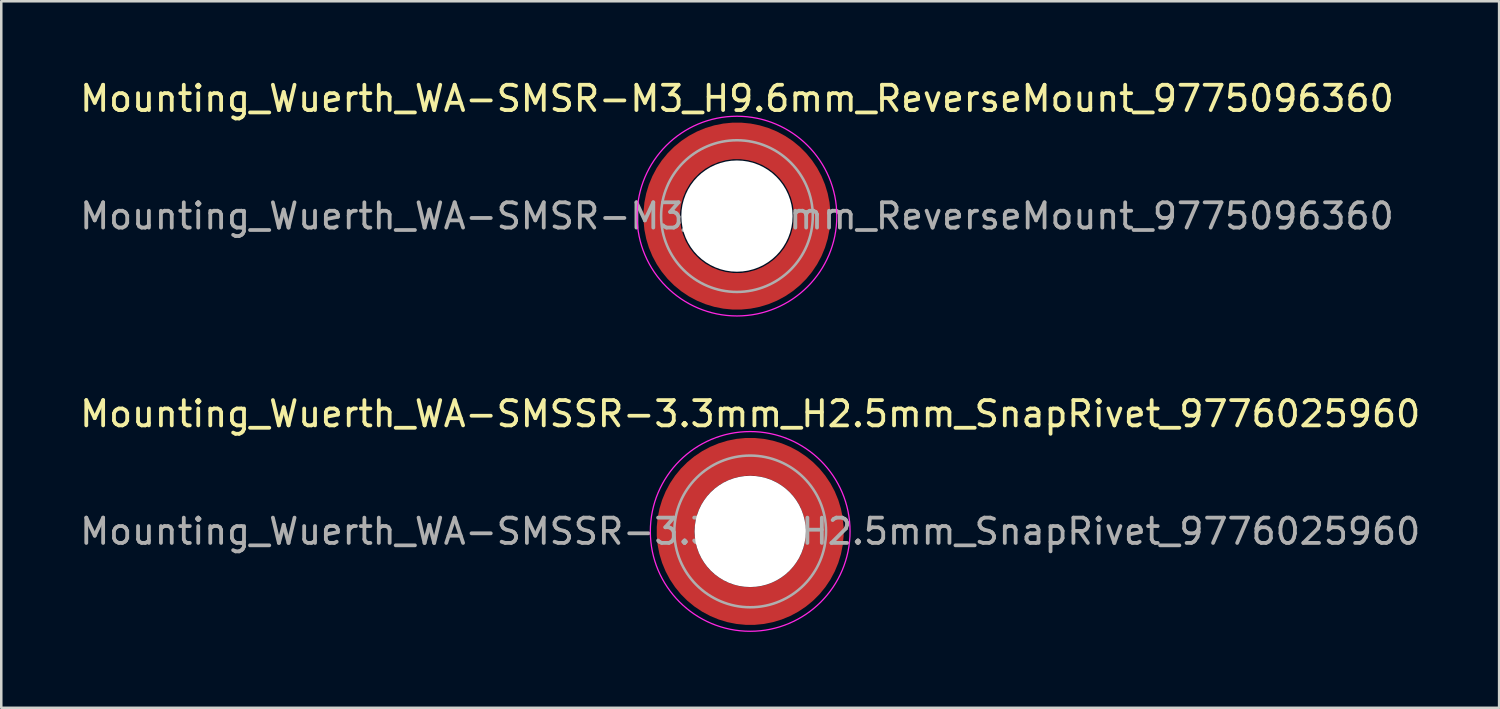
<source format=kicad_pcb>
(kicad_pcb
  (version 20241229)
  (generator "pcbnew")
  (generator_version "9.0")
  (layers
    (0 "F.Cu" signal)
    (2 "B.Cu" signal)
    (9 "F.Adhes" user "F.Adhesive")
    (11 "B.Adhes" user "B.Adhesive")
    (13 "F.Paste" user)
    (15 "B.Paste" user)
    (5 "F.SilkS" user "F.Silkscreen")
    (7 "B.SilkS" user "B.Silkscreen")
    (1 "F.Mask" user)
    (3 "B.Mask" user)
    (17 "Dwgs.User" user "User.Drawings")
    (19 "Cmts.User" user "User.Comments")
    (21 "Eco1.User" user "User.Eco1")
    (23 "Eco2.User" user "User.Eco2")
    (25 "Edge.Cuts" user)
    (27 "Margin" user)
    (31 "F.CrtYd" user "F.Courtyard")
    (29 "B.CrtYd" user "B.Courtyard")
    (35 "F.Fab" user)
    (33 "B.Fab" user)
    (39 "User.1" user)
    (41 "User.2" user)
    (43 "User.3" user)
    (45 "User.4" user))
  (footprint "Mounting_Wuerth_WA-SMSR-M3_H9.6mm_ReverseMount_9775096360"
    (layer "F.Cu")
    (at 26.101 5.498)
    (property "Reference" "Mounting_Wuerth_WA-SMSR-M3_H9.6mm_ReverseMount_9775096360" (at 0 -4.65 0) (layer "F.SilkS") (effects (font (size 1 1) (thickness 0.15))))
    (attr smd)
    (fp_circle (center 0 0) (end 3.95 0) (stroke (width 0.05) (type solid)) (fill no) (layer "F.CrtYd"))
    (fp_circle (center 0 0) (end 3 0) (stroke (width 0.1) (type solid)) (fill no) (layer "F.Fab"))
    (fp_text user "${REFERENCE}" (at 0 0 0) (layer "F.Fab") (effects (font (size 1 1) (thickness 0.15))))
    (pad "" smd custom (at -2.095 -2.095) (size 0.945 0.945) (layers "F.Paste") (options (anchor circle)) (primitives (gr_arc (start -0.24231 1.594804) (mid 0.404819 0.404819) (end 1.594804 -0.24231) (width 0.2)) (gr_arc (start -0.3398 1.594804) (mid 0.337349 0.337349) (end 1.594804 -0.3398) (width 0.2)) (gr_arc (start -0.437132 1.594804) (mid 0.269879 0.269879) (end 1.594804 -0.437132) (width 0.2)) (gr_arc (start -0.534324 1.594804) (mid 0.202409 0.202409) (end 1.594804 -0.534324) (width 0.2)) (gr_arc (start -0.631391 1.594804) (mid 0.134939 0.134939) (end 1.594804 -0.631391) (width 0.2)) (gr_arc (start -0.728345 1.594804) (mid 0.06747 0.06747) (end 1.594804 -0.728345) (width 0.2)) (gr_arc (start -0.825197 1.594804) (mid 0 0) (end 1.594804 -0.825197) (width 0.2)) (gr_arc (start -0.921958 1.594804) (mid -0.067469 -0.067469) (end 1.594804 -0.921958) (width 0.2)) (gr_arc (start -1.018637 1.594804) (mid -0.13494 -0.13494) (end 1.594804 -1.018637) (width 0.2)) (gr_arc (start -1.115239 1.594804) (mid -0.202409 -0.202409) (end 1.594804 -1.115239) (width 0.2)) (gr_arc (start -1.211773 1.594804) (mid -0.269879 -0.269879) (end 1.594804 -1.211773) (width 0.2)) (gr_arc (start -1.308244 1.594804) (mid -0.337349 -0.337349) (end 1.594804 -1.308244) (width 0.2)) (gr_arc (start -1.404657 1.594804) (mid -0.404819 -0.404819) (end 1.594804 -1.404657) (width 0.2)) (gr_arc (start -1.404657 1.594804) (mid -0.404819 -0.404819) (end 1.594804 -1.404657) (width 0.2)) (gr_line (start 1.595 -0.242) (end 1.595 -1.405) (width 0.2)) (gr_line (start -0.242 1.595) (end -1.405 1.595) (width 0.2))))
    (pad "" smd custom (at -2.095 2.095) (size 0.945 0.945) (layers "F.Paste") (options (anchor circle)) (primitives (gr_arc (start 1.594804 0.24231) (mid 0.404819 -0.404819) (end -0.24231 -1.594804) (width 0.2)) (gr_arc (start 1.594804 0.3398) (mid 0.337349 -0.337349) (end -0.3398 -1.594804) (width 0.2)) (gr_arc (start 1.594804 0.437132) (mid 0.269879 -0.269879) (end -0.437132 -1.594804) (width 0.2)) (gr_arc (start 1.594804 0.534324) (mid 0.202409 -0.202409) (end -0.534324 -1.594804) (width 0.2)) (gr_arc (start 1.594804 0.631391) (mid 0.134939 -0.134939) (end -0.631391 -1.594804) (width 0.2)) (gr_arc (start 1.594804 0.728345) (mid 0.06747 -0.06747) (end -0.728345 -1.594804) (width 0.2)) (gr_arc (start 1.594804 0.825197) (mid 0 0) (end -0.825197 -1.594804) (width 0.2)) (gr_arc (start 1.594804 0.921958) (mid -0.067469 0.067469) (end -0.921958 -1.594804) (width 0.2)) (gr_arc (start 1.594804 1.018637) (mid -0.13494 0.13494) (end -1.018637 -1.594804) (width 0.2)) (gr_arc (start 1.594804 1.115239) (mid -0.202409 0.202409) (end -1.115239 -1.594804) (width 0.2)) (gr_arc (start 1.594804 1.211773) (mid -0.269879 0.269879) (end -1.211773 -1.594804) (width 0.2)) (gr_arc (start 1.594804 1.308244) (mid -0.337349 0.337349) (end -1.308244 -1.594804) (width 0.2)) (gr_arc (start 1.594804 1.404657) (mid -0.404819 0.404819) (end -1.404657 -1.594804) (width 0.2)) (gr_arc (start 1.594804 1.404657) (mid -0.404819 0.404819) (end -1.404657 -1.594804) (width 0.2)) (gr_line (start -0.242 -1.595) (end -1.405 -1.595) (width 0.2)) (gr_line (start 1.595 0.242) (end 1.595 1.405) (width 0.2))))
    (pad "" np_thru_hole circle (at 0 0) (size 4.4 4.4) (drill 4.4) (layers "*.Cu" "*.Mask"))
    (pad "" smd custom (at 2.095 -2.095) (size 0.945 0.945) (layers "F.Paste") (options (anchor circle)) (primitives (gr_arc (start -1.594804 -0.24231) (mid -0.404819 0.404819) (end 0.24231 1.594804) (width 0.2)) (gr_arc (start -1.594804 -0.3398) (mid -0.337349 0.337349) (end 0.3398 1.594804) (width 0.2)) (gr_arc (start -1.594804 -0.437132) (mid -0.269879 0.269879) (end 0.437132 1.594804) (width 0.2)) (gr_arc (start -1.594804 -0.534324) (mid -0.202409 0.202409) (end 0.534324 1.594804) (width 0.2)) (gr_arc (start -1.594804 -0.631391) (mid -0.134939 0.134939) (end 0.631391 1.594804) (width 0.2)) (gr_arc (start -1.594804 -0.728345) (mid -0.06747 0.06747) (end 0.728345 1.594804) (width 0.2)) (gr_arc (start -1.594804 -0.825197) (mid 0 0) (end 0.825197 1.594804) (width 0.2)) (gr_arc (start -1.594804 -0.921958) (mid 0.067469 -0.067469) (end 0.921958 1.594804) (width 0.2)) (gr_arc (start -1.594804 -1.018637) (mid 0.13494 -0.13494) (end 1.018637 1.594804) (width 0.2)) (gr_arc (start -1.594804 -1.115239) (mid 0.202409 -0.202409) (end 1.115239 1.594804) (width 0.2)) (gr_arc (start -1.594804 -1.211773) (mid 0.269879 -0.269879) (end 1.211773 1.594804) (width 0.2)) (gr_arc (start -1.594804 -1.308244) (mid 0.337349 -0.337349) (end 1.308244 1.594804) (width 0.2)) (gr_arc (start -1.594804 -1.404657) (mid 0.404819 -0.404819) (end 1.404657 1.594804) (width 0.2)) (gr_arc (start -1.594804 -1.404657) (mid 0.404819 -0.404819) (end 1.404657 1.594804) (width 0.2)) (gr_line (start 0.242 1.595) (end 1.405 1.595) (width 0.2)) (gr_line (start -1.595 -0.242) (end -1.595 -1.405) (width 0.2))))
    (pad "" smd custom (at 2.095 2.095) (size 0.945 0.945) (layers "F.Paste") (options (anchor circle)) (primitives (gr_arc (start 0.24231 -1.594804) (mid -0.404819 -0.404819) (end -1.594804 0.24231) (width 0.2)) (gr_arc (start 0.3398 -1.594804) (mid -0.337349 -0.337349) (end -1.594804 0.3398) (width 0.2)) (gr_arc (start 0.437132 -1.594804) (mid -0.269879 -0.269879) (end -1.594804 0.437132) (width 0.2)) (gr_arc (start 0.534324 -1.594804) (mid -0.202409 -0.202409) (end -1.594804 0.534324) (width 0.2)) (gr_arc (start 0.631391 -1.594804) (mid -0.134939 -0.134939) (end -1.594804 0.631391) (width 0.2)) (gr_arc (start 0.728345 -1.594804) (mid -0.06747 -0.06747) (end -1.594804 0.728345) (width 0.2)) (gr_arc (start 0.825197 -1.594804) (mid 0 0) (end -1.594804 0.825197) (width 0.2)) (gr_arc (start 0.921958 -1.594804) (mid 0.067469 0.067469) (end -1.594804 0.921958) (width 0.2)) (gr_arc (start 1.018637 -1.594804) (mid 0.13494 0.13494) (end -1.594804 1.018637) (width 0.2)) (gr_arc (start 1.115239 -1.594804) (mid 0.202409 0.202409) (end -1.594804 1.115239) (width 0.2)) (gr_arc (start 1.211773 -1.594804) (mid 0.269879 0.269879) (end -1.594804 1.211773) (width 0.2)) (gr_arc (start 1.308244 -1.594804) (mid 0.337349 0.337349) (end -1.594804 1.308244) (width 0.2)) (gr_arc (start 1.404657 -1.594804) (mid 0.404819 0.404819) (end -1.594804 1.404657) (width 0.2)) (gr_arc (start 1.404657 -1.594804) (mid 0.404819 0.404819) (end -1.594804 1.404657) (width 0.2)) (gr_line (start -1.595 0.242) (end -1.595 1.405) (width 0.2)) (gr_line (start 0.242 -1.595) (end 1.405 -1.595) (width 0.2))))
    (pad "1" smd circle (at -2.975 0) (size 1.05 1.05) (layers "F.Cu"))
    (pad "1" smd circle (at 0 -2.975) (size 1.05 1.05) (layers "F.Cu"))
    (pad "1" smd circle (at 0 2.975) (size 1.05 1.05) (layers "F.Cu"))
    (pad "1" smd custom (at 2.975 0) (size 1.05 1.05) (layers "F.Cu" "F.Mask") (options (anchor circle)) (primitives (gr_circle (center -2.975 0) (end 0 0) (width 1.45) (fill no)))))
  (footprint "Mounting_Wuerth_WA-SMSSR-3.3mm_H2.5mm_SnapRivet_9776025960"
    (layer "F.Cu")
    (at 26.625 17.971)
    (property "Reference" "Mounting_Wuerth_WA-SMSSR-3.3mm_H2.5mm_SnapRivet_9776025960" (at 0 -4.65 0) (layer "F.SilkS") (effects (font (size 1 1) (thickness 0.15))))
    (attr smd)
    (fp_circle (center 0 0) (end 3.95 0) (stroke (width 0.05) (type solid)) (fill no) (layer "F.CrtYd"))
    (fp_circle (center 0 0) (end 3 0) (stroke (width 0.1) (type solid)) (fill no) (layer "F.Fab"))
    (fp_text user "${REFERENCE}" (at 0 0 0) (layer "F.Fab") (effects (font (size 1 1) (thickness 0.15))))
    (pad "" smd custom (at -2.077 -2.077) (size 0.995 0.995) (layers "F.Paste") (options (anchor circle)) (primitives (gr_arc (start -0.208831 1.577126) (mid 0.422496 0.422496) (end 1.577126 -0.208831) (width 0.2)) (gr_arc (start -0.310669 1.577126) (mid 0.35208 0.35208) (end 1.577126 -0.310669) (width 0.2)) (gr_arc (start -0.412325 1.577126) (mid 0.281664 0.281664) (end 1.577126 -0.412325) (width 0.2)) (gr_arc (start -0.51382 1.577126) (mid 0.211248 0.211248) (end 1.577126 -0.51382) (width 0.2)) (gr_arc (start -0.615172 1.577126) (mid 0.140832 0.140832) (end 1.577126 -0.615172) (width 0.2)) (gr_arc (start -0.716397 1.577126) (mid 0.070416 0.070416) (end 1.577126 -0.716397) (width 0.2)) (gr_arc (start -0.817508 1.577126) (mid 0 0) (end 1.577126 -0.817508) (width 0.2)) (gr_arc (start -0.918517 1.577126) (mid -0.070416 -0.070416) (end 1.577126 -0.918517) (width 0.2)) (gr_arc (start -1.019433 1.577126) (mid -0.140832 -0.140832) (end 1.577126 -1.019433) (width 0.2)) (gr_arc (start -1.120266 1.577126) (mid -0.211248 -0.211248) (end 1.577126 -1.120266) (width 0.2)) (gr_arc (start -1.221022 1.577126) (mid -0.281664 -0.281664) (end 1.577126 -1.221022) (width 0.2)) (gr_arc (start -1.32171 1.577126) (mid -0.35208 -0.35208) (end 1.577126 -1.32171) (width 0.2)) (gr_arc (start -1.422335 1.577126) (mid -0.422497 -0.422497) (end 1.577126 -1.422335) (width 0.2)) (gr_line (start 1.577 -0.209) (end 1.577 -1.422) (width 0.2)) (gr_line (start -0.209 1.577) (end -1.422 1.577) (width 0.2))))
    (pad "" smd custom (at -2.077 2.077) (size 0.995 0.995) (layers "F.Paste") (options (anchor circle)) (primitives (gr_arc (start 1.577126 0.208831) (mid 0.422496 -0.422496) (end -0.208831 -1.577126) (width 0.2)) (gr_arc (start 1.577126 0.310669) (mid 0.35208 -0.35208) (end -0.310669 -1.577126) (width 0.2)) (gr_arc (start 1.577126 0.412325) (mid 0.281664 -0.281664) (end -0.412325 -1.577126) (width 0.2)) (gr_arc (start 1.577126 0.51382) (mid 0.211248 -0.211248) (end -0.51382 -1.577126) (width 0.2)) (gr_arc (start 1.577126 0.615172) (mid 0.140832 -0.140832) (end -0.615172 -1.577126) (width 0.2)) (gr_arc (start 1.577126 0.716397) (mid 0.070416 -0.070416) (end -0.716397 -1.577126) (width 0.2)) (gr_arc (start 1.577126 0.817508) (mid 0 0) (end -0.817508 -1.577126) (width 0.2)) (gr_arc (start 1.577126 0.918517) (mid -0.070416 0.070416) (end -0.918517 -1.577126) (width 0.2)) (gr_arc (start 1.577126 1.019433) (mid -0.140832 0.140832) (end -1.019433 -1.577126) (width 0.2)) (gr_arc (start 1.577126 1.120266) (mid -0.211248 0.211248) (end -1.120266 -1.577126) (width 0.2)) (gr_arc (start 1.577126 1.221022) (mid -0.281664 0.281664) (end -1.221022 -1.577126) (width 0.2)) (gr_arc (start 1.577126 1.32171) (mid -0.35208 0.35208) (end -1.32171 -1.577126) (width 0.2)) (gr_arc (start 1.577126 1.422335) (mid -0.422497 0.422497) (end -1.422335 -1.577126) (width 0.2)) (gr_line (start -0.209 -1.577) (end -1.422 -1.577) (width 0.2)) (gr_line (start 1.577 0.209) (end 1.577 1.422) (width 0.2))))
    (pad "" np_thru_hole circle (at 0 0) (size 4.4 4.4) (drill 4.4) (layers "*.Cu" "*.Mask"))
    (pad "" smd custom (at 2.077 -2.077) (size 0.995 0.995) (layers "F.Paste") (options (anchor circle)) (primitives (gr_arc (start -1.577126 -0.208831) (mid -0.422496 0.422496) (end 0.208831 1.577126) (width 0.2)) (gr_arc (start -1.577126 -0.310669) (mid -0.35208 0.35208) (end 0.310669 1.577126) (width 0.2)) (gr_arc (start -1.577126 -0.412325) (mid -0.281664 0.281664) (end 0.412325 1.577126) (width 0.2)) (gr_arc (start -1.577126 -0.51382) (mid -0.211248 0.211248) (end 0.51382 1.577126) (width 0.2)) (gr_arc (start -1.577126 -0.615172) (mid -0.140832 0.140832) (end 0.615172 1.577126) (width 0.2)) (gr_arc (start -1.577126 -0.716397) (mid -0.070416 0.070416) (end 0.716397 1.577126) (width 0.2)) (gr_arc (start -1.577126 -0.817508) (mid 0 0) (end 0.817508 1.577126) (width 0.2)) (gr_arc (start -1.577126 -0.918517) (mid 0.070416 -0.070416) (end 0.918517 1.577126) (width 0.2)) (gr_arc (start -1.577126 -1.019433) (mid 0.140832 -0.140832) (end 1.019433 1.577126) (width 0.2)) (gr_arc (start -1.577126 -1.120266) (mid 0.211248 -0.211248) (end 1.120266 1.577126) (width 0.2)) (gr_arc (start -1.577126 -1.221022) (mid 0.281664 -0.281664) (end 1.221022 1.577126) (width 0.2)) (gr_arc (start -1.577126 -1.32171) (mid 0.35208 -0.35208) (end 1.32171 1.577126) (width 0.2)) (gr_arc (start -1.577126 -1.422335) (mid 0.422497 -0.422497) (end 1.422335 1.577126) (width 0.2)) (gr_line (start 0.209 1.577) (end 1.422 1.577) (width 0.2)) (gr_line (start -1.577 -0.209) (end -1.577 -1.422) (width 0.2))))
    (pad "" smd custom (at 2.077 2.077) (size 0.995 0.995) (layers "F.Paste") (options (anchor circle)) (primitives (gr_arc (start 0.208831 -1.577126) (mid -0.422496 -0.422496) (end -1.577126 0.208831) (width 0.2)) (gr_arc (start 0.310669 -1.577126) (mid -0.35208 -0.35208) (end -1.577126 0.310669) (width 0.2)) (gr_arc (start 0.412325 -1.577126) (mid -0.281664 -0.281664) (end -1.577126 0.412325) (width 0.2)) (gr_arc (start 0.51382 -1.577126) (mid -0.211248 -0.211248) (end -1.577126 0.51382) (width 0.2)) (gr_arc (start 0.615172 -1.577126) (mid -0.140832 -0.140832) (end -1.577126 0.615172) (width 0.2)) (gr_arc (start 0.716397 -1.577126) (mid -0.070416 -0.070416) (end -1.577126 0.716397) (width 0.2)) (gr_arc (start 0.817508 -1.577126) (mid 0 0) (end -1.577126 0.817508) (width 0.2)) (gr_arc (start 0.918517 -1.577126) (mid 0.070416 0.070416) (end -1.577126 0.918517) (width 0.2)) (gr_arc (start 1.019433 -1.577126) (mid 0.140832 0.140832) (end -1.577126 1.019433) (width 0.2)) (gr_arc (start 1.120266 -1.577126) (mid 0.211248 0.211248) (end -1.577126 1.120266) (width 0.2)) (gr_arc (start 1.221022 -1.577126) (mid 0.281664 0.281664) (end -1.577126 1.221022) (width 0.2)) (gr_arc (start 1.32171 -1.577126) (mid 0.35208 0.35208) (end -1.577126 1.32171) (width 0.2)) (gr_arc (start 1.422335 -1.577126) (mid 0.422497 0.422497) (end -1.577126 1.422335) (width 0.2)) (gr_line (start -1.577 0.209) (end -1.577 1.422) (width 0.2)) (gr_line (start 0.209 -1.577) (end 1.422 -1.577) (width 0.2))))
    (pad "1" smd circle (at -2.95 0) (size 1.1 1.1) (layers "F.Cu"))
    (pad "1" smd circle (at 0 -2.95) (size 1.1 1.1) (layers "F.Cu"))
    (pad "1" smd circle (at 0 2.95) (size 1.1 1.1) (layers "F.Cu"))
    (pad "1" smd custom (at 2.95 0) (size 1.1 1.1) (layers "F.Cu" "F.Mask") (options (anchor circle)) (primitives (gr_circle (center -2.95 0) (end 0 0) (width 1.5) (fill no)))))
  (gr_rect
    (start -3 -3)
    (end 56.25 24.947)
    (stroke (width 0.1) (type default))
    (fill no)
    (layer "Edge.Cuts")))
</source>
